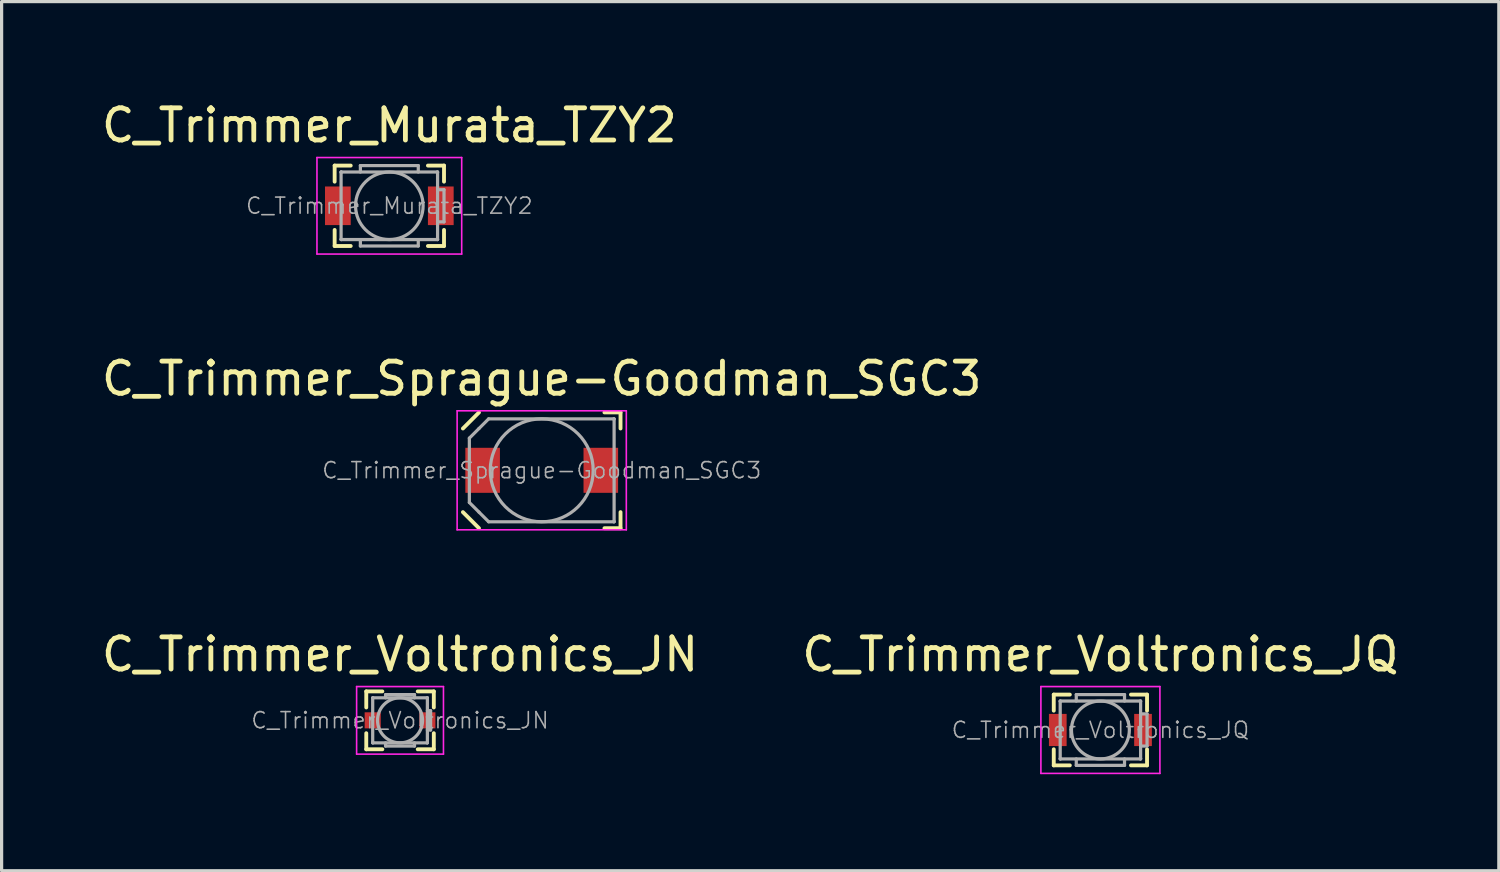
<source format=kicad_pcb>
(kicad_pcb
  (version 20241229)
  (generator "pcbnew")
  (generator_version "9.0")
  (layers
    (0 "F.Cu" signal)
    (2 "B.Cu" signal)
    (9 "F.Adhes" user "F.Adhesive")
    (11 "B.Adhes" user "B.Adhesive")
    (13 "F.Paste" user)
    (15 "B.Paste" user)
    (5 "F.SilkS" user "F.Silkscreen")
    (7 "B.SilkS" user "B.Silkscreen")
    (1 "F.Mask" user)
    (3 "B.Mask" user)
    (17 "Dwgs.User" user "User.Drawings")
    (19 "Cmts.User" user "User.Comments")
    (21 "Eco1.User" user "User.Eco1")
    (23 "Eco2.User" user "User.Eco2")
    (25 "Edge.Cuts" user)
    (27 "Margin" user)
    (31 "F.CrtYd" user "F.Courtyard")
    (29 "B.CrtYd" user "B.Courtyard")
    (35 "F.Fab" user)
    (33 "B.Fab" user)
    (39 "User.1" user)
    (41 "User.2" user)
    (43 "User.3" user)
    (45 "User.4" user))
  (footprint "C_Trimmer_Voltronics_JQ"
    (layer "F.Cu")
    (at 31.161 19.645)
    (property "Reference" "C_Trimmer_Voltronics_JQ" (at 0 -2.35 0) (layer "F.SilkS") (effects (font (size 1 1) (thickness 0.15))))
    (attr smd)
    (fp_line (start -1.45 -1.1) (end -1.45 -0.6) (stroke (width 0.12) (type solid)) (layer "F.SilkS"))
    (fp_line (start -1.45 -1.1) (end -0.95 -1.1) (stroke (width 0.12) (type solid)) (layer "F.SilkS"))
    (fp_line (start -1.45 1.1) (end -1.45 0.6) (stroke (width 0.12) (type solid)) (layer "F.SilkS"))
    (fp_line (start -1.45 1.1) (end -0.95 1.1) (stroke (width 0.12) (type solid)) (layer "F.SilkS"))
    (fp_line (start 1.45 -1.1) (end 0.95 -1.1) (stroke (width 0.12) (type solid)) (layer "F.SilkS"))
    (fp_line (start 1.45 -1.1) (end 1.45 -0.6) (stroke (width 0.12) (type solid)) (layer "F.SilkS"))
    (fp_line (start 1.45 1.1) (end 0.95 1.1) (stroke (width 0.12) (type solid)) (layer "F.SilkS"))
    (fp_line (start 1.45 1.1) (end 1.45 0.6) (stroke (width 0.12) (type solid)) (layer "F.SilkS"))
    (fp_line (start -1.85 -1.35) (end -1.85 1.35) (stroke (width 0.05) (type solid)) (layer "F.CrtYd"))
    (fp_line (start -1.85 1.35) (end 1.85 1.35) (stroke (width 0.05) (type solid)) (layer "F.CrtYd"))
    (fp_line (start 1.85 -1.35) (end -1.85 -1.35) (stroke (width 0.05) (type solid)) (layer "F.CrtYd"))
    (fp_line (start 1.85 1.35) (end 1.85 -1.35) (stroke (width 0.05) (type solid)) (layer "F.CrtYd"))
    (fp_line (start -1.25 -0.9) (end -1.24 -0.9) (stroke (width 0.1) (type solid)) (layer "F.Fab"))
    (fp_line (start -1.25 -0.89) (end -1.25 -0.9) (stroke (width 0.1) (type solid)) (layer "F.Fab"))
    (fp_line (start -1.25 0.89) (end -1.25 -0.89) (stroke (width 0.1) (type solid)) (layer "F.Fab"))
    (fp_line (start -1.25 0.9) (end -1.25 0.89) (stroke (width 0.1) (type solid)) (layer "F.Fab"))
    (fp_line (start -1.24 -0.9) (end 1.24 -0.9) (stroke (width 0.1) (type solid)) (layer "F.Fab"))
    (fp_line (start -1.24 0.9) (end -1.25 0.9) (stroke (width 0.1) (type solid)) (layer "F.Fab"))
    (fp_line (start -0.75 -1.1) (end 0.75 -1.1) (stroke (width 0.1) (type solid)) (layer "F.Fab"))
    (fp_line (start -0.75 -0.9) (end -0.75 -1.1) (stroke (width 0.1) (type solid)) (layer "F.Fab"))
    (fp_line (start -0.75 0.9) (end -0.75 1.1) (stroke (width 0.1) (type solid)) (layer "F.Fab"))
    (fp_line (start -0.75 1.1) (end 0.75 1.1) (stroke (width 0.1) (type solid)) (layer "F.Fab"))
    (fp_line (start 0.75 -1.1) (end 0.75 -0.9) (stroke (width 0.1) (type solid)) (layer "F.Fab"))
    (fp_line (start 0.75 1.1) (end 0.75 0.9) (stroke (width 0.1) (type solid)) (layer "F.Fab"))
    (fp_line (start 1.24 -0.9) (end 1.25 -0.9) (stroke (width 0.1) (type solid)) (layer "F.Fab"))
    (fp_line (start 1.24 0.9) (end -1.24 0.9) (stroke (width 0.1) (type solid)) (layer "F.Fab"))
    (fp_line (start 1.25 -0.9) (end 1.25 -0.89) (stroke (width 0.1) (type solid)) (layer "F.Fab"))
    (fp_line (start 1.25 -0.89) (end 1.25 0.89) (stroke (width 0.1) (type solid)) (layer "F.Fab"))
    (fp_line (start 1.25 -0.5) (end 1.45 -0.5) (stroke (width 0.1) (type solid)) (layer "F.Fab"))
    (fp_line (start 1.25 0.89) (end 1.25 0.9) (stroke (width 0.1) (type solid)) (layer "F.Fab"))
    (fp_line (start 1.25 0.9) (end 1.24 0.9) (stroke (width 0.1) (type solid)) (layer "F.Fab"))
    (fp_line (start 1.45 -0.5) (end 1.45 0.5) (stroke (width 0.1) (type solid)) (layer "F.Fab"))
    (fp_line (start 1.45 0.5) (end 1.25 0.5) (stroke (width 0.1) (type solid)) (layer "F.Fab"))
    (fp_circle (center 0 0) (end 0.9 0) (stroke (width 0.1) (type solid)) (fill no) (layer "F.Fab"))
    (fp_text user "${REFERENCE}" (at 0 0 0) (layer "F.Fab") (effects (font (size 0.5 0.5) (thickness 0.05))))
    (pad "1" smd rect (at -1.325 0) (size 0.55 1) (layers "F.Cu" "F.Mask" "F.Paste"))
    (pad "2" smd rect (at 1.325 0) (size 0.55 1) (layers "F.Cu" "F.Mask" "F.Paste")))
  (footprint "C_Trimmer_Sprague-Goodman_SGC3"
    (layer "F.Cu")
    (at 13.792 11.572)
    (property "Reference" "C_Trimmer_Sprague-Goodman_SGC3" (at 0 -2.85 0) (layer "F.SilkS") (effects (font (size 1 1) (thickness 0.15))))
    (attr smd)
    (fp_line (start -2.45 -1.3) (end -1.95 -1.8) (stroke (width 0.12) (type solid)) (layer "F.SilkS"))
    (fp_line (start -2.45 1.3) (end -1.95 1.8) (stroke (width 0.12) (type solid)) (layer "F.SilkS"))
    (fp_line (start 2.45 -1.8) (end 1.95 -1.8) (stroke (width 0.12) (type solid)) (layer "F.SilkS"))
    (fp_line (start 2.45 -1.8) (end 2.45 -1.3) (stroke (width 0.12) (type solid)) (layer "F.SilkS"))
    (fp_line (start 2.45 1.8) (end 1.95 1.8) (stroke (width 0.12) (type solid)) (layer "F.SilkS"))
    (fp_line (start 2.45 1.8) (end 2.45 1.3) (stroke (width 0.12) (type solid)) (layer "F.SilkS"))
    (fp_line (start -2.63 -1.85) (end -2.63 1.85) (stroke (width 0.05) (type solid)) (layer "F.CrtYd"))
    (fp_line (start -2.63 1.85) (end 2.63 1.85) (stroke (width 0.05) (type solid)) (layer "F.CrtYd"))
    (fp_line (start 2.63 -1.85) (end -2.63 -1.85) (stroke (width 0.05) (type solid)) (layer "F.CrtYd"))
    (fp_line (start 2.63 1.85) (end 2.63 -1.85) (stroke (width 0.05) (type solid)) (layer "F.CrtYd"))
    (fp_line (start -2.25 -1) (end -1.95 -1.3) (stroke (width 0.1) (type solid)) (layer "F.Fab"))
    (fp_line (start -2.25 1) (end -2.25 -1) (stroke (width 0.1) (type solid)) (layer "F.Fab"))
    (fp_line (start -1.95 -1.3) (end -1.65 -1.6) (stroke (width 0.1) (type solid)) (layer "F.Fab"))
    (fp_line (start -1.95 1.3) (end -2.25 1) (stroke (width 0.1) (type solid)) (layer "F.Fab"))
    (fp_line (start -1.65 -1.6) (end 2.24 -1.6) (stroke (width 0.1) (type solid)) (layer "F.Fab"))
    (fp_line (start -1.65 1.6) (end -1.95 1.3) (stroke (width 0.1) (type solid)) (layer "F.Fab"))
    (fp_line (start 2.24 -1.6) (end 2.25 -1.6) (stroke (width 0.1) (type solid)) (layer "F.Fab"))
    (fp_line (start 2.24 1.6) (end -1.65 1.6) (stroke (width 0.1) (type solid)) (layer "F.Fab"))
    (fp_line (start 2.25 -1.6) (end 2.25 -1.59) (stroke (width 0.1) (type solid)) (layer "F.Fab"))
    (fp_line (start 2.25 -1.59) (end 2.25 1.59) (stroke (width 0.1) (type solid)) (layer "F.Fab"))
    (fp_line (start 2.25 1.59) (end 2.25 1.6) (stroke (width 0.1) (type solid)) (layer "F.Fab"))
    (fp_line (start 2.25 1.6) (end 2.24 1.6) (stroke (width 0.1) (type solid)) (layer "F.Fab"))
    (fp_circle (center 0 0) (end 1.6 0) (stroke (width 0.1) (type solid)) (fill no) (layer "F.Fab"))
    (fp_text user "${REFERENCE}" (at 0 0 0) (layer "F.Fab") (effects (font (size 0.5 0.5) (thickness 0.05))))
    (pad "1" smd rect (at -1.837 0) (size 1.075 1.4) (layers "F.Cu" "F.Mask" "F.Paste"))
    (pad "2" smd rect (at 1.837 0) (size 1.075 1.4) (layers "F.Cu" "F.Mask" "F.Paste")))
  (footprint "C_Trimmer_Murata_TZY2"
    (layer "F.Cu")
    (at 9.054 3.348)
    (property "Reference" "C_Trimmer_Murata_TZY2" (at 0 -2.5 0) (layer "F.SilkS") (effects (font (size 1 1) (thickness 0.15))))
    (attr smd)
    (fp_line (start -1.7 -1.25) (end -1.7 -0.75) (stroke (width 0.12) (type solid)) (layer "F.SilkS"))
    (fp_line (start -1.7 -1.25) (end -1.2 -1.25) (stroke (width 0.12) (type solid)) (layer "F.SilkS"))
    (fp_line (start -1.7 1.25) (end -1.7 0.75) (stroke (width 0.12) (type solid)) (layer "F.SilkS"))
    (fp_line (start -1.7 1.25) (end -1.2 1.25) (stroke (width 0.12) (type solid)) (layer "F.SilkS"))
    (fp_line (start 1.7 -1.25) (end 1.2 -1.25) (stroke (width 0.12) (type solid)) (layer "F.SilkS"))
    (fp_line (start 1.7 -1.25) (end 1.7 -0.75) (stroke (width 0.12) (type solid)) (layer "F.SilkS"))
    (fp_line (start 1.7 1.25) (end 1.2 1.25) (stroke (width 0.12) (type solid)) (layer "F.SilkS"))
    (fp_line (start 1.7 1.25) (end 1.7 0.75) (stroke (width 0.12) (type solid)) (layer "F.SilkS"))
    (fp_line (start -2.25 -1.5) (end -2.25 1.5) (stroke (width 0.05) (type solid)) (layer "F.CrtYd"))
    (fp_line (start -2.25 1.5) (end 2.25 1.5) (stroke (width 0.05) (type solid)) (layer "F.CrtYd"))
    (fp_line (start 2.25 -1.5) (end -2.25 -1.5) (stroke (width 0.05) (type solid)) (layer "F.CrtYd"))
    (fp_line (start 2.25 1.5) (end 2.25 -1.5) (stroke (width 0.05) (type solid)) (layer "F.CrtYd"))
    (fp_line (start -1.5 -1.05) (end -1.49 -1.05) (stroke (width 0.1) (type solid)) (layer "F.Fab"))
    (fp_line (start -1.5 -1.04) (end -1.5 -1.05) (stroke (width 0.1) (type solid)) (layer "F.Fab"))
    (fp_line (start -1.5 1.04) (end -1.5 -1.04) (stroke (width 0.1) (type solid)) (layer "F.Fab"))
    (fp_line (start -1.5 1.05) (end -1.5 1.04) (stroke (width 0.1) (type solid)) (layer "F.Fab"))
    (fp_line (start -1.49 -1.05) (end 1.49 -1.05) (stroke (width 0.1) (type solid)) (layer "F.Fab"))
    (fp_line (start -1.49 1.05) (end -1.5 1.05) (stroke (width 0.1) (type solid)) (layer "F.Fab"))
    (fp_line (start -0.9 -1.25) (end 0.9 -1.25) (stroke (width 0.1) (type solid)) (layer "F.Fab"))
    (fp_line (start -0.9 -1.05) (end -0.9 -1.25) (stroke (width 0.1) (type solid)) (layer "F.Fab"))
    (fp_line (start -0.9 1.05) (end -0.9 1.25) (stroke (width 0.1) (type solid)) (layer "F.Fab"))
    (fp_line (start -0.9 1.25) (end 0.9 1.25) (stroke (width 0.1) (type solid)) (layer "F.Fab"))
    (fp_line (start 0.9 -1.25) (end 0.9 -1.05) (stroke (width 0.1) (type solid)) (layer "F.Fab"))
    (fp_line (start 0.9 1.25) (end 0.9 1.05) (stroke (width 0.1) (type solid)) (layer "F.Fab"))
    (fp_line (start 1.49 -1.05) (end 1.5 -1.05) (stroke (width 0.1) (type solid)) (layer "F.Fab"))
    (fp_line (start 1.49 1.05) (end -1.49 1.05) (stroke (width 0.1) (type solid)) (layer "F.Fab"))
    (fp_line (start 1.5 -1.05) (end 1.5 -1.04) (stroke (width 0.1) (type solid)) (layer "F.Fab"))
    (fp_line (start 1.5 -1.04) (end 1.5 1.04) (stroke (width 0.1) (type solid)) (layer "F.Fab"))
    (fp_line (start 1.5 -0.5) (end 1.7 -0.5) (stroke (width 0.1) (type solid)) (layer "F.Fab"))
    (fp_line (start 1.5 1.04) (end 1.5 1.05) (stroke (width 0.1) (type solid)) (layer "F.Fab"))
    (fp_line (start 1.5 1.05) (end 1.49 1.05) (stroke (width 0.1) (type solid)) (layer "F.Fab"))
    (fp_line (start 1.7 -0.5) (end 1.7 0.5) (stroke (width 0.1) (type solid)) (layer "F.Fab"))
    (fp_line (start 1.7 0.5) (end 1.5 0.5) (stroke (width 0.1) (type solid)) (layer "F.Fab"))
    (fp_circle (center 0 0) (end 1.05 0) (stroke (width 0.1) (type solid)) (fill no) (layer "F.Fab"))
    (fp_text user "${REFERENCE}" (at 0 0 0) (layer "F.Fab") (effects (font (size 0.5 0.5) (thickness 0.05))))
    (pad "1" smd rect (at -1.6 0) (size 0.8 1.2) (layers "F.Cu" "F.Mask" "F.Paste"))
    (pad "2" smd rect (at 1.6 0) (size 0.8 1.2) (layers "F.Cu" "F.Mask" "F.Paste")))
  (footprint "C_Trimmer_Voltronics_JN"
    (layer "F.Cu")
    (at 9.387 19.345)
    (property "Reference" "C_Trimmer_Voltronics_JN" (at 0 -2.05 0) (layer "F.SilkS") (effects (font (size 1 1) (thickness 0.15))))
    (attr smd)
    (fp_line (start -1.05 -0.9) (end -1.05 -0.4) (stroke (width 0.12) (type solid)) (layer "F.SilkS"))
    (fp_line (start -1.05 -0.9) (end -0.55 -0.9) (stroke (width 0.12) (type solid)) (layer "F.SilkS"))
    (fp_line (start -1.05 0.9) (end -1.05 0.4) (stroke (width 0.12) (type solid)) (layer "F.SilkS"))
    (fp_line (start -1.05 0.9) (end -0.55 0.9) (stroke (width 0.12) (type solid)) (layer "F.SilkS"))
    (fp_line (start 1.05 -0.9) (end 0.55 -0.9) (stroke (width 0.12) (type solid)) (layer "F.SilkS"))
    (fp_line (start 1.05 -0.9) (end 1.05 -0.4) (stroke (width 0.12) (type solid)) (layer "F.SilkS"))
    (fp_line (start 1.05 0.9) (end 0.55 0.9) (stroke (width 0.12) (type solid)) (layer "F.SilkS"))
    (fp_line (start 1.05 0.9) (end 1.05 0.4) (stroke (width 0.12) (type solid)) (layer "F.SilkS"))
    (fp_line (start -1.35 -1.05) (end -1.35 1.05) (stroke (width 0.05) (type solid)) (layer "F.CrtYd"))
    (fp_line (start -1.35 1.05) (end 1.35 1.05) (stroke (width 0.05) (type solid)) (layer "F.CrtYd"))
    (fp_line (start 1.35 -1.05) (end -1.35 -1.05) (stroke (width 0.05) (type solid)) (layer "F.CrtYd"))
    (fp_line (start 1.35 1.05) (end 1.35 -1.05) (stroke (width 0.05) (type solid)) (layer "F.CrtYd"))
    (fp_line (start -0.85 -0.7) (end -0.84 -0.7) (stroke (width 0.1) (type solid)) (layer "F.Fab"))
    (fp_line (start -0.85 -0.69) (end -0.85 -0.7) (stroke (width 0.1) (type solid)) (layer "F.Fab"))
    (fp_line (start -0.85 0.69) (end -0.85 -0.69) (stroke (width 0.1) (type solid)) (layer "F.Fab"))
    (fp_line (start -0.85 0.7) (end -0.85 0.69) (stroke (width 0.1) (type solid)) (layer "F.Fab"))
    (fp_line (start -0.84 -0.7) (end 0.84 -0.7) (stroke (width 0.1) (type solid)) (layer "F.Fab"))
    (fp_line (start -0.84 0.7) (end -0.85 0.7) (stroke (width 0.1) (type solid)) (layer "F.Fab"))
    (fp_line (start -0.45 -0.8) (end 0.45 -0.8) (stroke (width 0.1) (type solid)) (layer "F.Fab"))
    (fp_line (start -0.45 -0.7) (end -0.45 -0.8) (stroke (width 0.1) (type solid)) (layer "F.Fab"))
    (fp_line (start -0.45 0.7) (end -0.45 0.8) (stroke (width 0.1) (type solid)) (layer "F.Fab"))
    (fp_line (start -0.45 0.8) (end 0.45 0.8) (stroke (width 0.1) (type solid)) (layer "F.Fab"))
    (fp_line (start 0.45 -0.8) (end 0.45 -0.7) (stroke (width 0.1) (type solid)) (layer "F.Fab"))
    (fp_line (start 0.45 0.8) (end 0.45 0.7) (stroke (width 0.1) (type solid)) (layer "F.Fab"))
    (fp_line (start 0.84 -0.7) (end 0.85 -0.7) (stroke (width 0.1) (type solid)) (layer "F.Fab"))
    (fp_line (start 0.84 0.7) (end -0.84 0.7) (stroke (width 0.1) (type solid)) (layer "F.Fab"))
    (fp_line (start 0.85 -0.7) (end 0.85 -0.69) (stroke (width 0.1) (type solid)) (layer "F.Fab"))
    (fp_line (start 0.85 -0.69) (end 0.85 0.69) (stroke (width 0.1) (type solid)) (layer "F.Fab"))
    (fp_line (start 0.85 -0.3) (end 0.95 -0.3) (stroke (width 0.1) (type solid)) (layer "F.Fab"))
    (fp_line (start 0.85 0.69) (end 0.85 0.7) (stroke (width 0.1) (type solid)) (layer "F.Fab"))
    (fp_line (start 0.85 0.7) (end 0.84 0.7) (stroke (width 0.1) (type solid)) (layer "F.Fab"))
    (fp_line (start 0.95 -0.3) (end 0.95 0.3) (stroke (width 0.1) (type solid)) (layer "F.Fab"))
    (fp_line (start 0.95 0.3) (end 0.85 0.3) (stroke (width 0.1) (type solid)) (layer "F.Fab"))
    (fp_circle (center 0 0) (end 0.7 0) (stroke (width 0.1) (type solid)) (fill no) (layer "F.Fab"))
    (fp_text user "${REFERENCE}" (at 0 0 0) (layer "F.Fab") (effects (font (size 0.5 0.5) (thickness 0.05))))
    (pad "1" smd rect (at -0.85 0) (size 0.5 0.5) (layers "F.Cu" "F.Mask" "F.Paste"))
    (pad "2" smd rect (at 0.85 0) (size 0.5 0.5) (layers "F.Cu" "F.Mask" "F.Paste")))
  (gr_rect
    (start -3 -3)
    (end 43.548 24.02)
    (stroke (width 0.1) (type default))
    (fill no)
    (layer "Edge.Cuts")))
</source>
